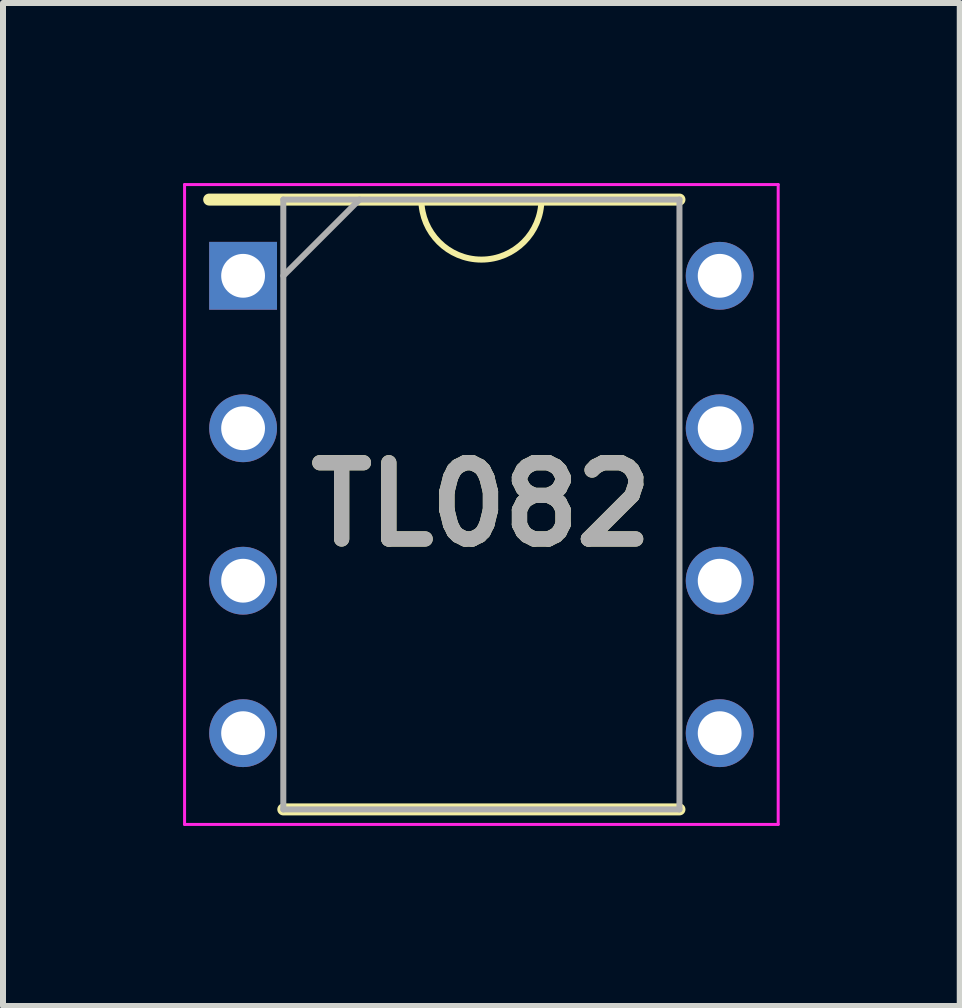
<source format=kicad_pcb>
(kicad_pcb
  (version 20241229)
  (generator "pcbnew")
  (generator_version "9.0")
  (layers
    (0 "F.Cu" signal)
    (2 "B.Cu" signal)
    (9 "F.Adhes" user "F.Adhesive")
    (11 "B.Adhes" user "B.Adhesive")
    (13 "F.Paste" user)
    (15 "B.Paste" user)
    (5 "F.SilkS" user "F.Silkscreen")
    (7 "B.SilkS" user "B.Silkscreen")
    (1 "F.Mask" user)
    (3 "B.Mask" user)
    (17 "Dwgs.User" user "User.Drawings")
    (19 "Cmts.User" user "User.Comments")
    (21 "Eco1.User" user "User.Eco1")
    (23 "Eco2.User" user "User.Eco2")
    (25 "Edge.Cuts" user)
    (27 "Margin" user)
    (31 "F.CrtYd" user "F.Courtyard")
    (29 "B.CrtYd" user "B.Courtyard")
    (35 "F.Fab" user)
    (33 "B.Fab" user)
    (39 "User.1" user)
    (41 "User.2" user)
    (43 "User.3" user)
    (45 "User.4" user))
  (footprint "TL082"
    (layer "F.Cu")
    (at 4.97 5.355)
    (property "Reference" "TL082" (at 0 0 0) (layer "F.SilkS") (effects (font (size 1.27 1.27) (thickness 0.254))))
    (attr through_hole)
    (fp_line (start -4.535 -5.08) (end 3.3 -5.08) (stroke (width 0.2) (type solid)) (layer "F.SilkS"))
    (fp_line (start -3.3 5.08) (end 3.3 5.08) (stroke (width 0.2) (type solid)) (layer "F.SilkS"))
    (fp_arc (start 1 -5.08) (mid 0 -4.08) (end -1 -5.08) (stroke (width 0.1) (type default)) (layer "F.SilkS"))
    (fp_line (start -4.945 -5.33) (end 4.945 -5.33) (stroke (width 0.05) (type solid)) (layer "F.CrtYd"))
    (fp_line (start -4.945 5.33) (end -4.945 -5.33) (stroke (width 0.05) (type solid)) (layer "F.CrtYd"))
    (fp_line (start 4.945 -5.33) (end 4.945 5.33) (stroke (width 0.05) (type solid)) (layer "F.CrtYd"))
    (fp_line (start 4.945 5.33) (end -4.945 5.33) (stroke (width 0.05) (type solid)) (layer "F.CrtYd"))
    (fp_line (start -3.3 -5.08) (end 3.3 -5.08) (stroke (width 0.1) (type solid)) (layer "F.Fab"))
    (fp_line (start -3.3 -3.81) (end -2.03 -5.08) (stroke (width 0.1) (type solid)) (layer "F.Fab"))
    (fp_line (start -3.3 5.08) (end -3.3 -5.08) (stroke (width 0.1) (type solid)) (layer "F.Fab"))
    (fp_line (start 3.3 -5.08) (end 3.3 5.08) (stroke (width 0.1) (type solid)) (layer "F.Fab"))
    (fp_line (start 3.3 5.08) (end -3.3 5.08) (stroke (width 0.1) (type solid)) (layer "F.Fab"))
    (fp_text user "${REFERENCE}" (at 0 0 0) (layer "F.Fab") (effects (font (size 1.27 1.27) (thickness 0.254))))
    (pad "1" thru_hole rect (at -3.97 -3.81) (size 1.13 1.13) (drill 0.73) (layers "*.Cu" "*.Mask"))
    (pad "2" thru_hole circle (at -3.97 -1.27) (size 1.13 1.13) (drill 0.73) (layers "*.Cu" "*.Mask"))
    (pad "3" thru_hole circle (at -3.97 1.27) (size 1.13 1.13) (drill 0.73) (layers "*.Cu" "*.Mask"))
    (pad "4" thru_hole circle (at -3.97 3.81) (size 1.13 1.13) (drill 0.73) (layers "*.Cu" "*.Mask"))
    (pad "5" thru_hole circle (at 3.97 3.81) (size 1.13 1.13) (drill 0.73) (layers "*.Cu" "*.Mask"))
    (pad "6" thru_hole circle (at 3.97 1.27) (size 1.13 1.13) (drill 0.73) (layers "*.Cu" "*.Mask"))
    (pad "7" thru_hole circle (at 3.97 -1.27) (size 1.13 1.13) (drill 0.73) (layers "*.Cu" "*.Mask"))
    (pad "8" thru_hole circle (at 3.97 -3.81) (size 1.13 1.13) (drill 0.73) (layers "*.Cu" "*.Mask")))
  (gr_rect
    (start -3 -3)
    (end 12.94 13.71)
    (stroke (width 0.1) (type default))
    (fill no)
    (layer "Edge.Cuts")))
</source>
